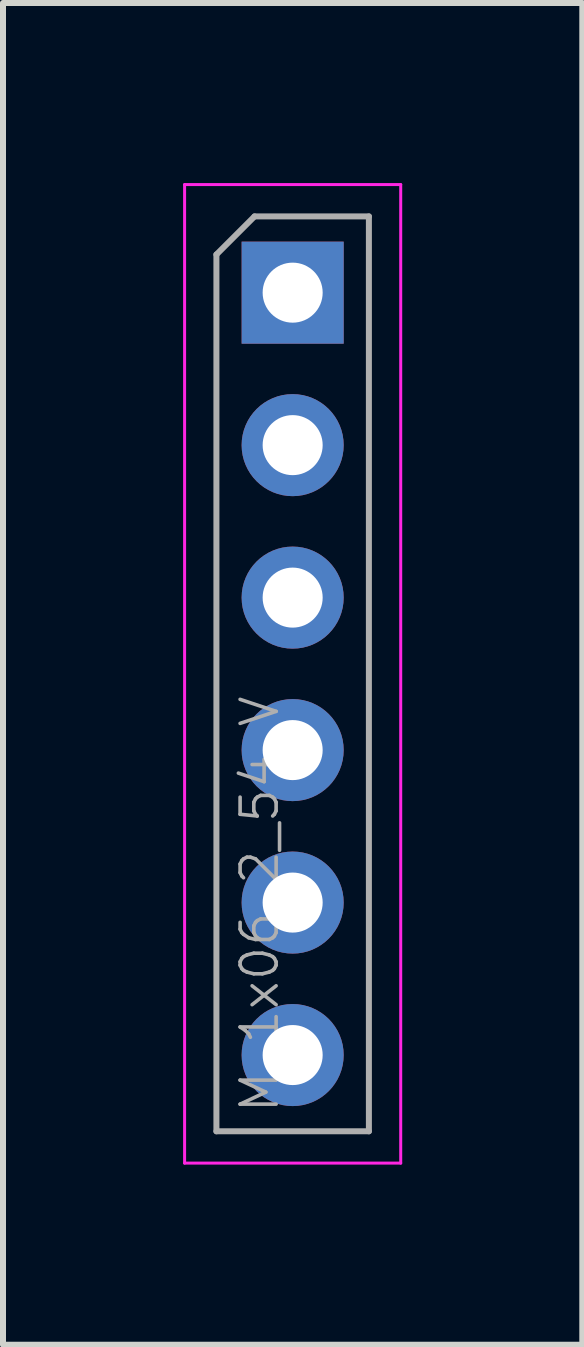
<source format=kicad_pcb>
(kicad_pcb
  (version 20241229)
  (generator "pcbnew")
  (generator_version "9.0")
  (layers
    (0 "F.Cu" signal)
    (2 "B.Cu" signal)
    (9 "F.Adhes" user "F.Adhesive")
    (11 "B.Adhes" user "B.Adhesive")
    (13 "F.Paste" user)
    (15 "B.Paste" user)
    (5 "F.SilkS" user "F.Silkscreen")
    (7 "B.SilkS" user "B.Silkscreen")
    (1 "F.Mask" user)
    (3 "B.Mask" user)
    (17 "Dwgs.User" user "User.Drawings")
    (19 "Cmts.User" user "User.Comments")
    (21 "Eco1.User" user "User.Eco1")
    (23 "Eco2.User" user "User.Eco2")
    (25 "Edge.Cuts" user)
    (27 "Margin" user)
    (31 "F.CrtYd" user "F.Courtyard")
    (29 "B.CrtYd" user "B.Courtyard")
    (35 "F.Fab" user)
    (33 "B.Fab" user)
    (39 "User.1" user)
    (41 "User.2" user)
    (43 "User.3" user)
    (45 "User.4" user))
  (footprint "M_1x06_2_54_V"
    (layer "F.Cu")
    (at 1.825 1.825)
    (property "Reference" "M_1x06_2_54_V" (at -0.55 13.7 90) (unlocked yes) (layer "F.Fab") (effects (font (size 0.6 0.6) (thickness 0.06)) (justify left)))
    (attr through_hole)
    (fp_line (start -1.8 -1.8) (end -1.8 14.5) (stroke (width 0.05) (type solid)) (layer "F.CrtYd"))
    (fp_line (start -1.8 14.5) (end 1.8 14.5) (stroke (width 0.05) (type solid)) (layer "F.CrtYd"))
    (fp_line (start 1.8 -1.8) (end -1.8 -1.8) (stroke (width 0.05) (type solid)) (layer "F.CrtYd"))
    (fp_line (start 1.8 14.5) (end 1.8 -1.8) (stroke (width 0.05) (type solid)) (layer "F.CrtYd"))
    (fp_line (start -1.27 -0.635) (end -0.635 -1.27) (stroke (width 0.1) (type solid)) (layer "F.Fab"))
    (fp_line (start -1.27 13.97) (end -1.27 -0.635) (stroke (width 0.1) (type solid)) (layer "F.Fab"))
    (fp_line (start -0.635 -1.27) (end 1.27 -1.27) (stroke (width 0.1) (type solid)) (layer "F.Fab"))
    (fp_line (start 1.27 -1.27) (end 1.27 13.97) (stroke (width 0.1) (type solid)) (layer "F.Fab"))
    (fp_line (start 1.27 13.97) (end -1.27 13.97) (stroke (width 0.1) (type solid)) (layer "F.Fab"))
    (pad "1" thru_hole rect (at 0 0) (size 1.7 1.7) (drill 1) (layers "*.Cu" "*.Mask"))
    (pad "2" thru_hole oval (at 0 2.54) (size 1.7 1.7) (drill 1) (layers "*.Cu" "*.Mask"))
    (pad "3" thru_hole oval (at 0 5.08) (size 1.7 1.7) (drill 1) (layers "*.Cu" "*.Mask"))
    (pad "4" thru_hole oval (at 0 7.62) (size 1.7 1.7) (drill 1) (layers "*.Cu" "*.Mask"))
    (pad "5" thru_hole oval (at 0 10.16) (size 1.7 1.7) (drill 1) (layers "*.Cu" "*.Mask"))
    (pad "6" thru_hole oval (at 0 12.7) (size 1.7 1.7) (drill 1) (layers "*.Cu" "*.Mask")))
  (gr_rect
    (start -3 -3)
    (end 6.65 19.35)
    (stroke (width 0.1) (type default))
    (fill no)
    (layer "Edge.Cuts")))
</source>
